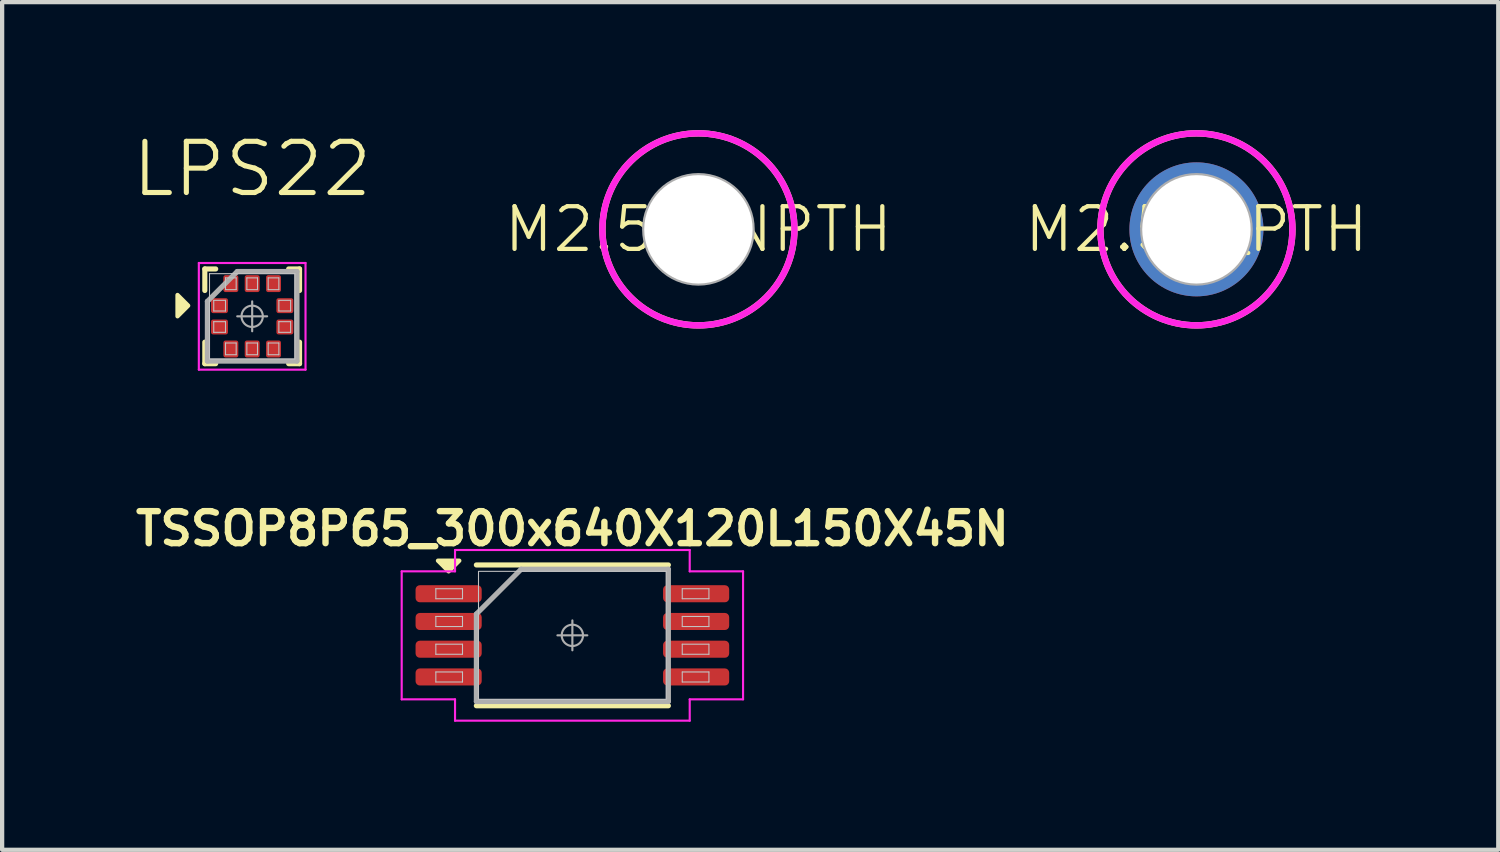
<source format=kicad_pcb>
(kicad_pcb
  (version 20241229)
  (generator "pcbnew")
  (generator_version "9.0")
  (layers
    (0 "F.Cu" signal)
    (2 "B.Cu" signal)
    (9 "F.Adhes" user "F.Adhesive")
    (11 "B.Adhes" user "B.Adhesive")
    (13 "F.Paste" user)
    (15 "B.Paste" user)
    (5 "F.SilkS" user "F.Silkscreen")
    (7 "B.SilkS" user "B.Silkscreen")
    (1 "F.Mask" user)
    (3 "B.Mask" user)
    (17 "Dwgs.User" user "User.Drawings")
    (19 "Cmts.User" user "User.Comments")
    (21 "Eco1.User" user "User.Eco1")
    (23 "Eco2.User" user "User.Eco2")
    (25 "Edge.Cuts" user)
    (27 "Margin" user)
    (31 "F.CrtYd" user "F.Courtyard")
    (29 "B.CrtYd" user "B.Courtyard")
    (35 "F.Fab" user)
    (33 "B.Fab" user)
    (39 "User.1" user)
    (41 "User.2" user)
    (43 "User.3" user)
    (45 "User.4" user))
  (footprint "TSSOP8P65_300x640X120L150X45N"
    (layer "F.Cu")
    (at 10.364 11.84)
    (property "Reference" "TSSOP8P65_300x640X120L150X45N" (at 0 -2.5 0) (layer "F.SilkS") (effects (font (size 0.75 0.75) (thickness 0.15) (bold yes))))
    (attr smd)
    (fp_line (start -2.25 -1.65) (end 2.25 -1.65) (stroke (width 0.12) (type solid)) (layer "F.SilkS"))
    (fp_line (start -2.25 1.65) (end 2.25 1.65) (stroke (width 0.12) (type solid)) (layer "F.SilkS"))
    (fp_poly (pts (xy -2.9 -1.5) (xy -3.15 -1.75) (xy -2.65 -1.75)) (stroke (width 0.1) (type solid)) (fill yes) (layer "F.SilkS"))
    (fp_line (start -3.2 -1.093) (end -2.575 -1.093) (stroke (width 0.025) (type solid)) (layer "Dwgs.User"))
    (fp_line (start -3.2 -0.858) (end -3.2 -1.093) (stroke (width 0.025) (type solid)) (layer "Dwgs.User"))
    (fp_line (start -3.2 -0.443) (end -2.575 -0.443) (stroke (width 0.025) (type solid)) (layer "Dwgs.User"))
    (fp_line (start -3.2 -0.207) (end -3.2 -0.443) (stroke (width 0.025) (type solid)) (layer "Dwgs.User"))
    (fp_line (start -3.2 0.207) (end -2.575 0.207) (stroke (width 0.025) (type solid)) (layer "Dwgs.User"))
    (fp_line (start -3.2 0.443) (end -3.2 0.207) (stroke (width 0.025) (type solid)) (layer "Dwgs.User"))
    (fp_line (start -3.2 0.858) (end -2.575 0.858) (stroke (width 0.025) (type solid)) (layer "Dwgs.User"))
    (fp_line (start -3.2 1.093) (end -3.2 0.858) (stroke (width 0.025) (type solid)) (layer "Dwgs.User"))
    (fp_line (start -2.575 -1.093) (end -2.575 -0.858) (stroke (width 0.025) (type solid)) (layer "Dwgs.User"))
    (fp_line (start -2.575 -0.858) (end -3.2 -0.858) (stroke (width 0.025) (type solid)) (layer "Dwgs.User"))
    (fp_line (start -2.575 -0.443) (end -2.575 -0.207) (stroke (width 0.025) (type solid)) (layer "Dwgs.User"))
    (fp_line (start -2.575 -0.207) (end -3.2 -0.207) (stroke (width 0.025) (type solid)) (layer "Dwgs.User"))
    (fp_line (start -2.575 0.207) (end -2.575 0.443) (stroke (width 0.025) (type solid)) (layer "Dwgs.User"))
    (fp_line (start -2.575 0.443) (end -3.2 0.443) (stroke (width 0.025) (type solid)) (layer "Dwgs.User"))
    (fp_line (start -2.575 0.858) (end -2.575 1.093) (stroke (width 0.025) (type solid)) (layer "Dwgs.User"))
    (fp_line (start -2.575 1.093) (end -3.2 1.093) (stroke (width 0.025) (type solid)) (layer "Dwgs.User"))
    (fp_line (start 2.575 -1.093) (end 3.2 -1.093) (stroke (width 0.025) (type solid)) (layer "Dwgs.User"))
    (fp_line (start 2.575 -0.858) (end 2.575 -1.093) (stroke (width 0.025) (type solid)) (layer "Dwgs.User"))
    (fp_line (start 2.575 -0.443) (end 3.2 -0.443) (stroke (width 0.025) (type solid)) (layer "Dwgs.User"))
    (fp_line (start 2.575 -0.207) (end 2.575 -0.443) (stroke (width 0.025) (type solid)) (layer "Dwgs.User"))
    (fp_line (start 2.575 0.207) (end 3.2 0.207) (stroke (width 0.025) (type solid)) (layer "Dwgs.User"))
    (fp_line (start 2.575 0.443) (end 2.575 0.207) (stroke (width 0.025) (type solid)) (layer "Dwgs.User"))
    (fp_line (start 2.575 0.858) (end 3.2 0.858) (stroke (width 0.025) (type solid)) (layer "Dwgs.User"))
    (fp_line (start 2.575 1.093) (end 2.575 0.858) (stroke (width 0.025) (type solid)) (layer "Dwgs.User"))
    (fp_line (start 3.2 -1.093) (end 3.2 -0.858) (stroke (width 0.025) (type solid)) (layer "Dwgs.User"))
    (fp_line (start 3.2 -0.858) (end 2.575 -0.858) (stroke (width 0.025) (type solid)) (layer "Dwgs.User"))
    (fp_line (start 3.2 -0.443) (end 3.2 -0.207) (stroke (width 0.025) (type solid)) (layer "Dwgs.User"))
    (fp_line (start 3.2 -0.207) (end 2.575 -0.207) (stroke (width 0.025) (type solid)) (layer "Dwgs.User"))
    (fp_line (start 3.2 0.207) (end 3.2 0.443) (stroke (width 0.025) (type solid)) (layer "Dwgs.User"))
    (fp_line (start 3.2 0.443) (end 2.575 0.443) (stroke (width 0.025) (type solid)) (layer "Dwgs.User"))
    (fp_line (start 3.2 0.858) (end 3.2 1.093) (stroke (width 0.025) (type solid)) (layer "Dwgs.User"))
    (fp_line (start 3.2 1.093) (end 2.575 1.093) (stroke (width 0.025) (type solid)) (layer "Dwgs.User"))
    (fp_rect (start -2.2 -1.5) (end 2.2 1.5) (stroke (width 0.025) (type solid)) (fill no) (layer "Dwgs.User"))
    (fp_line (start -4 -1.5) (end -4 1.5) (stroke (width 0.05) (type solid)) (layer "F.CrtYd"))
    (fp_line (start -2.75 -2) (end -2.75 -1.5) (stroke (width 0.05) (type solid)) (layer "F.CrtYd"))
    (fp_line (start -2.75 -1.5) (end -4 -1.5) (stroke (width 0.05) (type solid)) (layer "F.CrtYd"))
    (fp_line (start -2.75 1.5) (end -4 1.5) (stroke (width 0.05) (type solid)) (layer "F.CrtYd"))
    (fp_line (start -2.75 2) (end -2.75 1.5) (stroke (width 0.05) (type solid)) (layer "F.CrtYd"))
    (fp_line (start -2.75 2) (end 2.75 2) (stroke (width 0.05) (type solid)) (layer "F.CrtYd"))
    (fp_line (start 2.75 -2) (end -2.75 -2) (stroke (width 0.05) (type solid)) (layer "F.CrtYd"))
    (fp_line (start 2.75 -2) (end 2.75 -1.5) (stroke (width 0.05) (type solid)) (layer "F.CrtYd"))
    (fp_line (start 2.75 -1.5) (end 4 -1.5) (stroke (width 0.05) (type solid)) (layer "F.CrtYd"))
    (fp_line (start 2.75 1.5) (end 4 1.5) (stroke (width 0.05) (type solid)) (layer "F.CrtYd"))
    (fp_line (start 2.75 2) (end 2.75 1.5) (stroke (width 0.05) (type solid)) (layer "F.CrtYd"))
    (fp_line (start 4 1.5) (end 4 -1.5) (stroke (width 0.05) (type solid)) (layer "F.CrtYd"))
    (fp_line (start -2.25 -0.5) (end -1.2 -1.55) (stroke (width 0.12) (type solid)) (layer "F.Fab"))
    (fp_line (start -2.25 1.55) (end -2.25 -0.5) (stroke (width 0.12) (type solid)) (layer "F.Fab"))
    (fp_line (start -1.2 -1.55) (end 2.25 -1.55) (stroke (width 0.12) (type solid)) (layer "F.Fab"))
    (fp_line (start 0 -0.35) (end 0 0.35) (stroke (width 0.05) (type solid)) (layer "F.Fab"))
    (fp_line (start 0.35 0) (end -0.35 0) (stroke (width 0.05) (type solid)) (layer "F.Fab"))
    (fp_line (start 2.25 -1.55) (end 2.25 1.55) (stroke (width 0.12) (type solid)) (layer "F.Fab"))
    (fp_line (start 2.25 1.55) (end -2.25 1.55) (stroke (width 0.12) (type solid)) (layer "F.Fab"))
    (fp_circle (center 0 0) (end 0 0.25) (stroke (width 0.05) (type solid)) (fill no) (layer "F.Fab"))
    (pad "1" smd roundrect (at -2.9 -0.975) (size 1.55 0.4) (layers "F.Cu" "F.Mask" "F.Paste") (roundrect_rratio 0.25))
    (pad "2" smd roundrect (at -2.9 -0.325) (size 1.55 0.4) (layers "F.Cu" "F.Mask" "F.Paste") (roundrect_rratio 0.25))
    (pad "3" smd roundrect (at -2.9 0.325) (size 1.55 0.4) (layers "F.Cu" "F.Mask" "F.Paste") (roundrect_rratio 0.25))
    (pad "4" smd roundrect (at -2.9 0.975) (size 1.55 0.4) (layers "F.Cu" "F.Mask" "F.Paste") (roundrect_rratio 0.25))
    (pad "5" smd roundrect (at 2.9 0.975) (size 1.55 0.4) (layers "F.Cu" "F.Mask" "F.Paste") (roundrect_rratio 0.25))
    (pad "6" smd roundrect (at 2.9 0.325) (size 1.55 0.4) (layers "F.Cu" "F.Mask" "F.Paste") (roundrect_rratio 0.25))
    (pad "7" smd roundrect (at 2.9 -0.325) (size 1.55 0.4) (layers "F.Cu" "F.Mask" "F.Paste") (roundrect_rratio 0.25))
    (pad "8" smd roundrect (at 2.9 -0.975) (size 1.55 0.4) (layers "F.Cu" "F.Mask" "F.Paste") (roundrect_rratio 0.25)))
  (footprint "LPS22"
    (layer "F.Cu")
    (at 2.86 4.363)
    (property "Reference" "LPS22" (at 0 -3.45 0) (layer "F.SilkS") (effects (font (size 1.2 1.2) (thickness 0.12))))
    (attr smd)
    (fp_line (start -1.11 -1.11) (end -0.855 -1.11) (stroke (width 0.12) (type solid)) (layer "F.SilkS"))
    (fp_line (start -1.11 -0.605) (end -1.11 -1.11) (stroke (width 0.12) (type solid)) (layer "F.SilkS"))
    (fp_line (start -1.11 0.605) (end -1.11 1.11) (stroke (width 0.12) (type solid)) (layer "F.SilkS"))
    (fp_line (start -1.11 1.11) (end -0.855 1.11) (stroke (width 0.12) (type solid)) (layer "F.SilkS"))
    (fp_line (start 1.11 -1.11) (end 0.855 -1.11) (stroke (width 0.12) (type solid)) (layer "F.SilkS"))
    (fp_line (start 1.11 -0.605) (end 1.11 -1.11) (stroke (width 0.12) (type solid)) (layer "F.SilkS"))
    (fp_line (start 1.11 0.605) (end 1.11 1.11) (stroke (width 0.12) (type solid)) (layer "F.SilkS"))
    (fp_line (start 1.11 1.11) (end 0.855 1.11) (stroke (width 0.12) (type solid)) (layer "F.SilkS"))
    (fp_poly (pts (xy -1.5 -0.25) (xy -1.75 0) (xy -1.75 -0.5)) (stroke (width 0.1) (type solid)) (fill yes) (layer "F.SilkS"))
    (fp_line (start -1 -1) (end 1 -1) (stroke (width 0.025) (type solid)) (layer "Dwgs.User"))
    (fp_line (start -1 1) (end -1 -1) (stroke (width 0.025) (type solid)) (layer "Dwgs.User"))
    (fp_line (start -0.901 -0.375) (end -0.625 -0.375) (stroke (width 0.025) (type solid)) (layer "Dwgs.User"))
    (fp_line (start -0.901 -0.125) (end -0.901 -0.375) (stroke (width 0.025) (type solid)) (layer "Dwgs.User"))
    (fp_line (start -0.901 0.125) (end -0.625 0.125) (stroke (width 0.025) (type solid)) (layer "Dwgs.User"))
    (fp_line (start -0.901 0.375) (end -0.901 0.125) (stroke (width 0.025) (type solid)) (layer "Dwgs.User"))
    (fp_line (start -0.625 -0.901) (end -0.375 -0.901) (stroke (width 0.025) (type solid)) (layer "Dwgs.User"))
    (fp_line (start -0.625 -0.625) (end -0.625 -0.901) (stroke (width 0.025) (type solid)) (layer "Dwgs.User"))
    (fp_line (start -0.625 -0.375) (end -0.625 -0.125) (stroke (width 0.025) (type solid)) (layer "Dwgs.User"))
    (fp_line (start -0.625 -0.125) (end -0.901 -0.125) (stroke (width 0.025) (type solid)) (layer "Dwgs.User"))
    (fp_line (start -0.625 0.125) (end -0.625 0.375) (stroke (width 0.025) (type solid)) (layer "Dwgs.User"))
    (fp_line (start -0.625 0.375) (end -0.901 0.375) (stroke (width 0.025) (type solid)) (layer "Dwgs.User"))
    (fp_line (start -0.625 0.625) (end -0.375 0.625) (stroke (width 0.025) (type solid)) (layer "Dwgs.User"))
    (fp_line (start -0.625 0.901) (end -0.625 0.625) (stroke (width 0.025) (type solid)) (layer "Dwgs.User"))
    (fp_line (start -0.375 -0.901) (end -0.375 -0.625) (stroke (width 0.025) (type solid)) (layer "Dwgs.User"))
    (fp_line (start -0.375 -0.625) (end -0.625 -0.625) (stroke (width 0.025) (type solid)) (layer "Dwgs.User"))
    (fp_line (start -0.375 0.625) (end -0.375 0.901) (stroke (width 0.025) (type solid)) (layer "Dwgs.User"))
    (fp_line (start -0.375 0.901) (end -0.625 0.901) (stroke (width 0.025) (type solid)) (layer "Dwgs.User"))
    (fp_line (start -0.125 -0.901) (end 0.125 -0.901) (stroke (width 0.025) (type solid)) (layer "Dwgs.User"))
    (fp_line (start -0.125 -0.625) (end -0.125 -0.901) (stroke (width 0.025) (type solid)) (layer "Dwgs.User"))
    (fp_line (start -0.125 0.625) (end 0.125 0.625) (stroke (width 0.025) (type solid)) (layer "Dwgs.User"))
    (fp_line (start -0.125 0.901) (end -0.125 0.625) (stroke (width 0.025) (type solid)) (layer "Dwgs.User"))
    (fp_line (start 0.125 -0.901) (end 0.125 -0.625) (stroke (width 0.025) (type solid)) (layer "Dwgs.User"))
    (fp_line (start 0.125 -0.625) (end -0.125 -0.625) (stroke (width 0.025) (type solid)) (layer "Dwgs.User"))
    (fp_line (start 0.125 0.625) (end 0.125 0.901) (stroke (width 0.025) (type solid)) (layer "Dwgs.User"))
    (fp_line (start 0.125 0.901) (end -0.125 0.901) (stroke (width 0.025) (type solid)) (layer "Dwgs.User"))
    (fp_line (start 0.375 -0.901) (end 0.625 -0.901) (stroke (width 0.025) (type solid)) (layer "Dwgs.User"))
    (fp_line (start 0.375 -0.625) (end 0.375 -0.901) (stroke (width 0.025) (type solid)) (layer "Dwgs.User"))
    (fp_line (start 0.375 0.625) (end 0.625 0.625) (stroke (width 0.025) (type solid)) (layer "Dwgs.User"))
    (fp_line (start 0.375 0.901) (end 0.375 0.625) (stroke (width 0.025) (type solid)) (layer "Dwgs.User"))
    (fp_line (start 0.625 -0.901) (end 0.625 -0.625) (stroke (width 0.025) (type solid)) (layer "Dwgs.User"))
    (fp_line (start 0.625 -0.625) (end 0.375 -0.625) (stroke (width 0.025) (type solid)) (layer "Dwgs.User"))
    (fp_line (start 0.625 -0.375) (end 0.901 -0.375) (stroke (width 0.025) (type solid)) (layer "Dwgs.User"))
    (fp_line (start 0.625 -0.125) (end 0.625 -0.375) (stroke (width 0.025) (type solid)) (layer "Dwgs.User"))
    (fp_line (start 0.625 0.125) (end 0.901 0.125) (stroke (width 0.025) (type solid)) (layer "Dwgs.User"))
    (fp_line (start 0.625 0.375) (end 0.625 0.125) (stroke (width 0.025) (type solid)) (layer "Dwgs.User"))
    (fp_line (start 0.625 0.625) (end 0.625 0.901) (stroke (width 0.025) (type solid)) (layer "Dwgs.User"))
    (fp_line (start 0.625 0.901) (end 0.375 0.901) (stroke (width 0.025) (type solid)) (layer "Dwgs.User"))
    (fp_line (start 0.901 -0.375) (end 0.901 -0.125) (stroke (width 0.025) (type solid)) (layer "Dwgs.User"))
    (fp_line (start 0.901 -0.125) (end 0.625 -0.125) (stroke (width 0.025) (type solid)) (layer "Dwgs.User"))
    (fp_line (start 0.901 0.125) (end 0.901 0.375) (stroke (width 0.025) (type solid)) (layer "Dwgs.User"))
    (fp_line (start 0.901 0.375) (end 0.625 0.375) (stroke (width 0.025) (type solid)) (layer "Dwgs.User"))
    (fp_line (start 1 -1) (end 1 1) (stroke (width 0.025) (type solid)) (layer "Dwgs.User"))
    (fp_line (start 1 1) (end -1 1) (stroke (width 0.025) (type solid)) (layer "Dwgs.User"))
    (fp_line (start -1.25 -1.25) (end -1.25 1.25) (stroke (width 0.05) (type solid)) (layer "F.CrtYd"))
    (fp_line (start -1.25 1.25) (end 1.25 1.25) (stroke (width 0.05) (type solid)) (layer "F.CrtYd"))
    (fp_line (start 1.25 -1.25) (end -1.25 -1.25) (stroke (width 0.05) (type solid)) (layer "F.CrtYd"))
    (fp_line (start 1.25 1.25) (end 1.25 -1.25) (stroke (width 0.05) (type solid)) (layer "F.CrtYd"))
    (fp_line (start -1.05 -0.35) (end -0.35 -1.05) (stroke (width 0.12) (type solid)) (layer "F.Fab"))
    (fp_line (start -1.05 1.05) (end -1.05 -0.35) (stroke (width 0.12) (type solid)) (layer "F.Fab"))
    (fp_line (start -0.35 -1.05) (end 1.05 -1.05) (stroke (width 0.12) (type solid)) (layer "F.Fab"))
    (fp_line (start 0 -0.35) (end 0 0.35) (stroke (width 0.05) (type solid)) (layer "F.Fab"))
    (fp_line (start 0.35 0) (end -0.35 0) (stroke (width 0.05) (type solid)) (layer "F.Fab"))
    (fp_line (start 1.05 -1.05) (end 1.05 1.05) (stroke (width 0.12) (type solid)) (layer "F.Fab"))
    (fp_line (start 1.05 1.05) (end -1.05 1.05) (stroke (width 0.12) (type solid)) (layer "F.Fab"))
    (fp_circle (center 0 0) (end 0.25 0) (stroke (width 0.05) (type solid)) (fill no) (layer "F.Fab"))
    (pad "1" smd roundrect (at -0.766 -0.25) (size 0.397 0.35) (layers "F.Cu" "F.Mask" "F.Paste") (roundrect_rratio 0.143))
    (pad "2" smd roundrect (at -0.766 0.25) (size 0.397 0.35) (layers "F.Cu" "F.Mask" "F.Paste") (roundrect_rratio 0.143))
    (pad "3" smd roundrect (at -0.5 0.766 90) (size 0.397 0.35) (layers "F.Cu" "F.Mask" "F.Paste") (roundrect_rratio 0.143))
    (pad "4" smd roundrect (at 0 0.766 90) (size 0.397 0.35) (layers "F.Cu" "F.Mask" "F.Paste") (roundrect_rratio 0.143))
    (pad "5" smd roundrect (at 0.5 0.766 90) (size 0.397 0.35) (layers "F.Cu" "F.Mask" "F.Paste") (roundrect_rratio 0.143))
    (pad "6" smd roundrect (at 0.766 0.25) (size 0.397 0.35) (layers "F.Cu" "F.Mask" "F.Paste") (roundrect_rratio 0.143))
    (pad "7" smd roundrect (at 0.766 -0.25) (size 0.397 0.35) (layers "F.Cu" "F.Mask" "F.Paste") (roundrect_rratio 0.143))
    (pad "8" smd roundrect (at 0.5 -0.766 90) (size 0.397 0.35) (layers "F.Cu" "F.Mask" "F.Paste") (roundrect_rratio 0.143))
    (pad "9" smd roundrect (at 0 -0.766 90) (size 0.397 0.35) (layers "F.Cu" "F.Mask" "F.Paste") (roundrect_rratio 0.143))
    (pad "10" smd roundrect (at -0.5 -0.766 90) (size 0.397 0.35) (layers "F.Cu" "F.Mask" "F.Paste") (roundrect_rratio 0.143)))
  (footprint "M2.54_NPTH"
    (layer "F.Cu")
    (at 13.318 2.325)
    (property "Reference" "M2.54_NPTH" (at 0 0 0) (unlocked yes) (layer "F.SilkS") (effects (font (size 1 1) (thickness 0.1))))
    (attr through_hole exclude_from_bom dnp)
    (fp_circle (center 0 0) (end 2.25 0) (stroke (width 0.15) (type default)) (fill no) (layer "F.SilkS"))
    (fp_circle (center 0 0) (end 2.25 0) (stroke (width 0.15) (type default)) (fill no) (layer "F.CrtYd"))
    (fp_circle (center 0 0) (end 0 -1.27) (stroke (width 0.1) (type default)) (fill no) (layer "F.Fab"))
    (pad "" np_thru_hole circle (at 0 0) (size 2.54 2.54) (drill 2.54) (layers "*.Cu" "*.Mask")))
  (footprint "M2.54_PTH"
    (layer "F.Cu")
    (at 24.989 2.325)
    (property "Reference" "M2.54_PTH" (at 0 0 0) (unlocked yes) (layer "F.SilkS") (effects (font (size 1 1) (thickness 0.1))))
    (attr through_hole exclude_from_bom dnp)
    (fp_circle (center 0 0) (end 2.25 0) (stroke (width 0.15) (type default)) (fill no) (layer "F.SilkS"))
    (fp_circle (center 0 0) (end 2.25 0) (stroke (width 0.15) (type default)) (fill no) (layer "F.CrtYd"))
    (fp_circle (center 0 0) (end 0 -1.27) (stroke (width 0.1) (type default)) (fill no) (layer "F.Fab"))
    (pad "" thru_hole circle (at 0 0) (size 3.14 3.14) (drill 2.54) (layers "*.Cu" "*.Mask")))
  (gr_rect
    (start -3 -3)
    (end 32.063 16.865)
    (stroke (width 0.1) (type default))
    (fill no)
    (layer "Edge.Cuts")))
</source>
